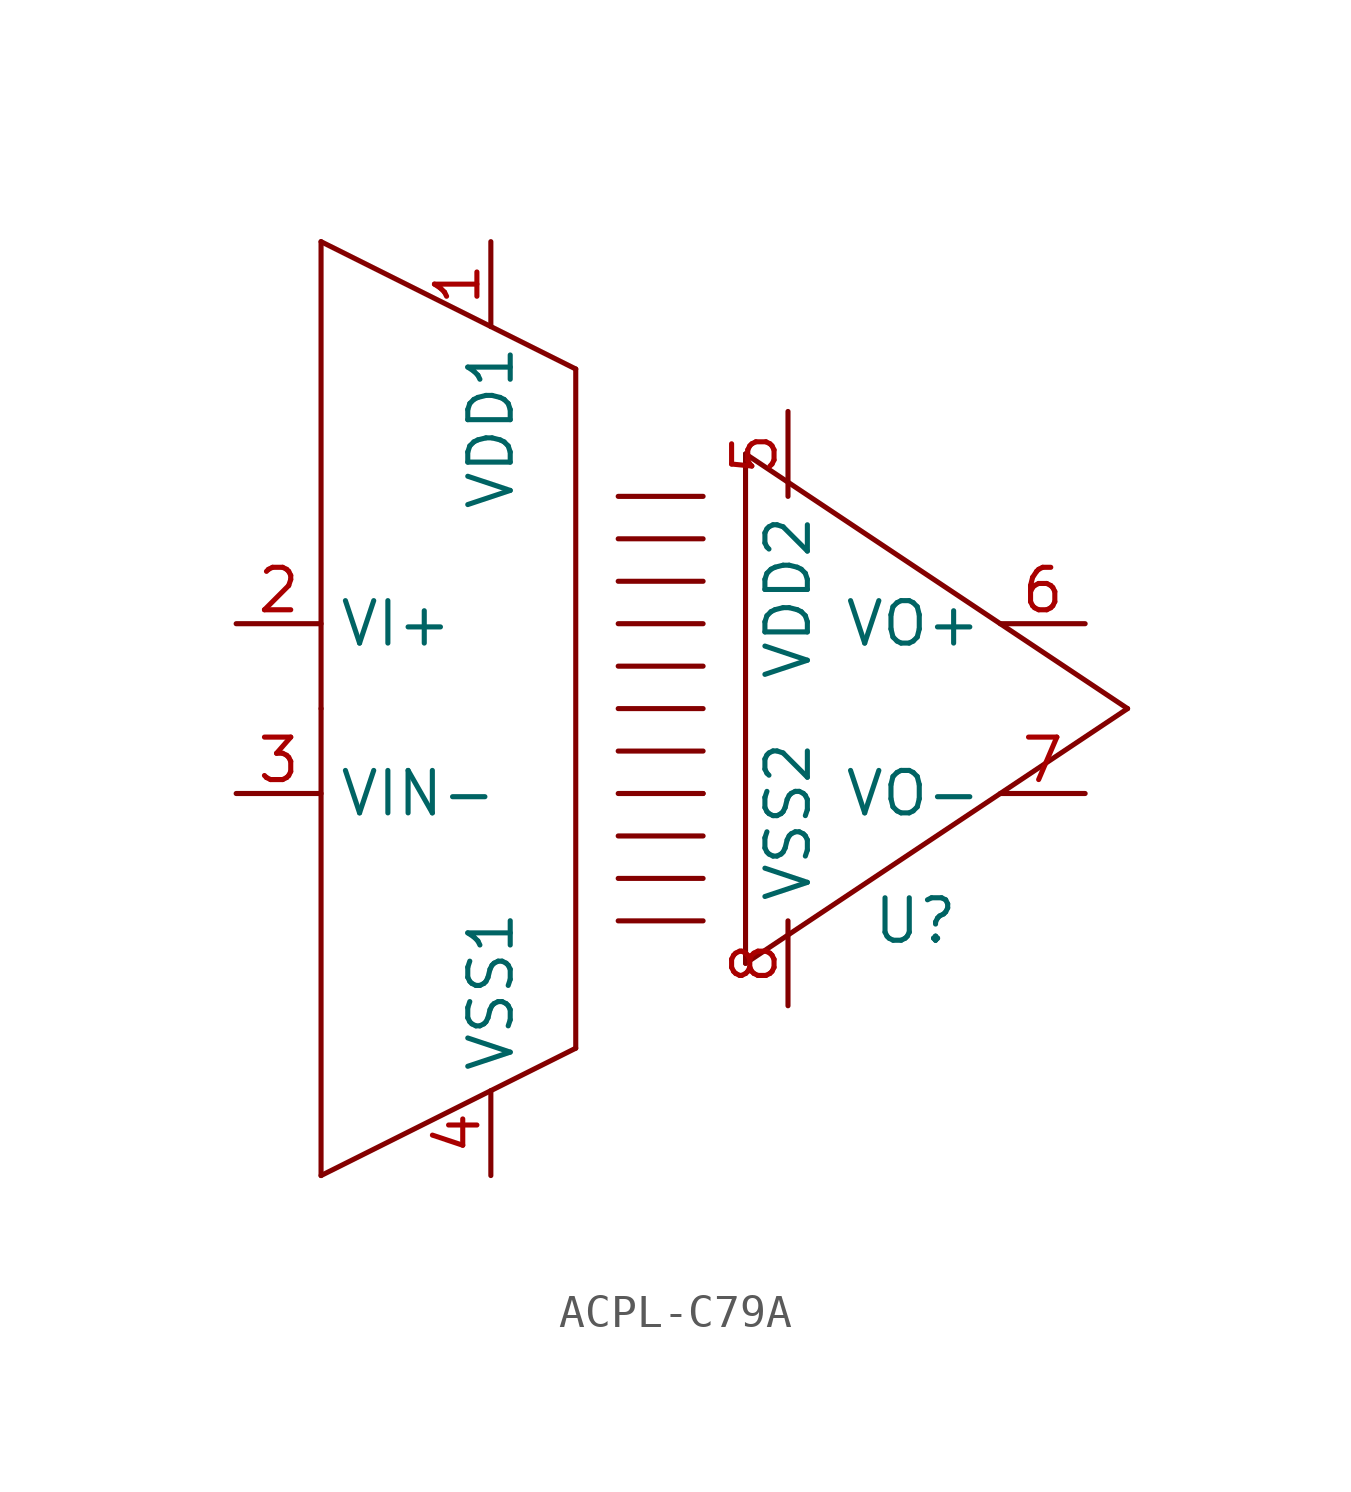
<source format=kicad_sym>
(kicad_symbol_lib
  (version 20241209)
  (generator "kicad_symbol_editor")
  (generator_version "9.0")
  (symbol "ACPL-C79A"
    (property "Reference" "U"
      (at 7.62 -6.35 0)
      (effects (font (size 1.27 1.27))))
    (property "Value" ""
      (at 0 0 0)
      (effects (font (size 1.27 1.27))))
    (symbol "ACPL-C79A_0_1"
      (polyline (pts (xy -10.16 0) (xy -10.16 13.97)) (stroke (width 0) (type default)) (fill (type none)))
      (polyline (pts (xy -10.16 0) (xy -10.16 -13.97)) (stroke (width 0) (type default)) (fill (type none)))
      (polyline (pts (xy -2.54 10.16) (xy -10.16 13.97)) (stroke (width 0) (type default)) (fill (type none)))
      (polyline (pts (xy -2.54 10.16) (xy -2.54 -10.16)) (stroke (width 0) (type default)) (fill (type none)))
      (polyline (pts (xy -2.54 -10.16) (xy -10.16 -13.97)) (stroke (width 0) (type default)) (fill (type none)))
      (polyline (pts (xy -1.27 3.81) (xy 1.27 3.81)) (stroke (width 0) (type default)) (fill (type none)))
      (polyline (pts (xy -1.27 1.27) (xy 1.27 1.27)) (stroke (width 0) (type default)) (fill (type none)))
      (polyline (pts (xy -1.27 -1.27) (xy 1.27 -1.27)) (stroke (width 0) (type default)) (fill (type none)))
      (polyline (pts (xy -1.27 -3.81) (xy 1.27 -3.81)) (stroke (width 0) (type default)) (fill (type none)))
      (polyline (pts (xy -1.27 -6.35) (xy 1.27 -6.35)) (stroke (width 0) (type default)) (fill (type none)))
      (polyline (pts (xy 1.27 6.35) (xy -1.27 6.35)) (stroke (width 0) (type default)) (fill (type none)))
      (polyline (pts (xy 1.27 5.08) (xy -1.27 5.08)) (stroke (width 0) (type default)) (fill (type none)))
      (polyline (pts (xy 1.27 2.54) (xy -1.27 2.54)) (stroke (width 0) (type default)) (fill (type none)))
      (polyline (pts (xy 1.27 0) (xy -1.27 0)) (stroke (width 0) (type default)) (fill (type none)))
      (polyline (pts (xy 1.27 -2.54) (xy -1.27 -2.54)) (stroke (width 0) (type default)) (fill (type none)))
      (polyline (pts (xy 1.27 -2.54) (xy 1.27 -2.54)) (stroke (width 0) (type default)) (fill (type none)))
      (polyline (pts (xy 1.27 -5.08) (xy -1.27 -5.08)) (stroke (width 0) (type default)) (fill (type none)))
      (polyline (pts (xy 2.54 7.62) (xy 2.54 -7.62)) (stroke (width 0) (type default)) (fill (type none)))
      (polyline (pts (xy 2.54 7.62) (xy 13.97 0)) (stroke (width 0) (type default)) (fill (type none)))
      (polyline (pts (xy 2.54 -7.62) (xy 13.97 0)) (stroke (width 0) (type default)) (fill (type none))))
    (symbol "ACPL-C79A_1_1"
      (pin input line (at -12.7 2.54 0) (length 2.54) (name "VI+" (effects (font (size 1.27 1.27)))) (number "2" (effects (font (size 1.27 1.27)))))
      (pin input line (at -12.7 -2.54 0) (length 2.54) (name "VIN-" (effects (font (size 1.27 1.27)))) (number "3" (effects (font (size 1.27 1.27)))))
      (pin input line (at -5.08 13.97 270) (length 2.54) (name "VDD1" (effects (font (size 1.27 1.27)))) (number "1" (effects (font (size 1.27 1.27)))))
      (pin input line (at -5.08 -13.97 90) (length 2.54) (name "VSS1" (effects (font (size 1.27 1.27)))) (number "4" (effects (font (size 1.27 1.27)))))
      (pin input line (at 3.81 8.89 270) (length 2.54) (name "VDD2" (effects (font (size 1.27 1.27)))) (number "5" (effects (font (size 1.27 1.27)))))
      (pin input line (at 3.81 -8.89 90) (length 2.54) (name "VSS2" (effects (font (size 1.27 1.27)))) (number "8" (effects (font (size 1.27 1.27)))))
      (pin input line (at 12.7 2.54 180) (length 2.54) (name "VO+" (effects (font (size 1.27 1.27)))) (number "6" (effects (font (size 1.27 1.27)))))
      (pin input line (at 12.7 -2.54 180) (length 2.54) (name "VO-" (effects (font (size 1.27 1.27)))) (number "7" (effects (font (size 1.27 1.27))))))))
</source>
